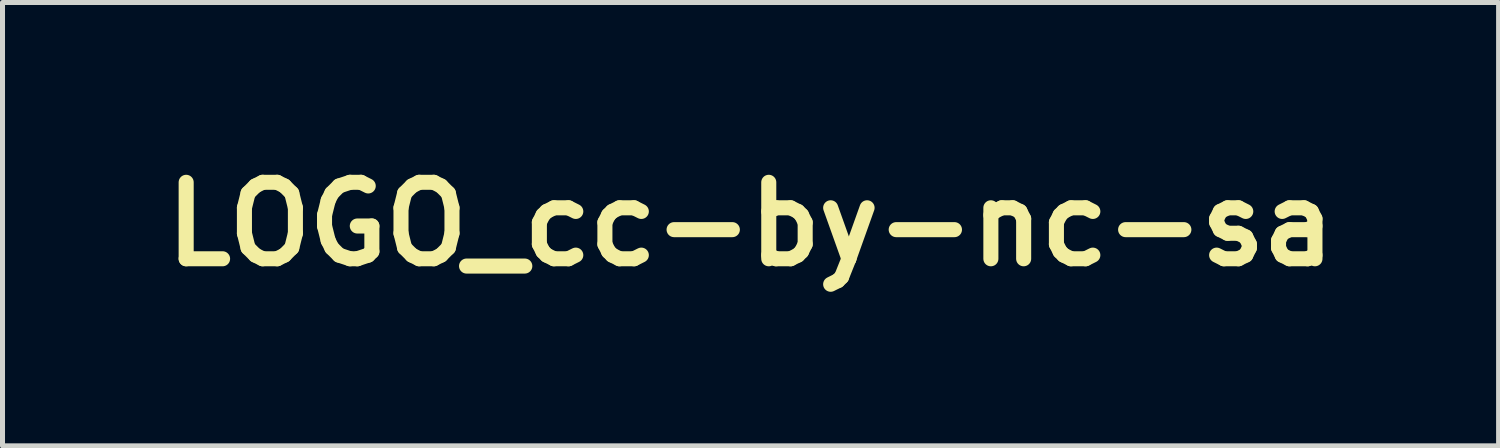
<source format=kicad_pcb>
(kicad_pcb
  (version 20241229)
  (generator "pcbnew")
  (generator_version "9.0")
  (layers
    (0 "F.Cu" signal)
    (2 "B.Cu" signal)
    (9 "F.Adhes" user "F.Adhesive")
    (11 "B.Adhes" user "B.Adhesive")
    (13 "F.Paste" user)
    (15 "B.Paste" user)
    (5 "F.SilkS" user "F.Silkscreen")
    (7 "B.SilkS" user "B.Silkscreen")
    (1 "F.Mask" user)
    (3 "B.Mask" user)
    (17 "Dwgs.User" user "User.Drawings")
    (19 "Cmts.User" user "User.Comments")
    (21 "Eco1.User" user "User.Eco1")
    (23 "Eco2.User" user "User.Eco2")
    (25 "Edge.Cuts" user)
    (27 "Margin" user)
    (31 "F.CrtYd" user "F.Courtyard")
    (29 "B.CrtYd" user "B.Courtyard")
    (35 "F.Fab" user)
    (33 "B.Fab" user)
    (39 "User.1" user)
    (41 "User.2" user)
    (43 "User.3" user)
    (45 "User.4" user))
  (footprint "LOGO_cc-by-nc-sa"
    (layer "F.Cu")
    (at 11.909 1.418)
    (property "Reference" "LOGO_cc-by-nc-sa" (at 0 0 0) (layer "F.SilkS") (effects (font (size 1.524 1.524) (thickness 0.3))))
    (attr board_only exclude_from_pos_files exclude_from_bom)
    (fp_poly (pts (xy -5.656 0.233) (xy -6.419 0.233) (xy -6.419 0.021) (xy -5.656 0.021)) (stroke (width 0) (type solid)) (fill yes) (layer "F.Mask"))
    (fp_poly (pts (xy -1.991 0.233) (xy -2.754 0.233) (xy -2.754 0.021) (xy -1.991 0.021)) (stroke (width 0) (type solid)) (fill yes) (layer "F.Mask"))
    (fp_poly (pts (xy 2.097 0.233) (xy 1.335 0.233) (xy 1.335 0.021) (xy 2.097 0.021)) (stroke (width 0) (type solid)) (fill yes) (layer "F.Mask"))
    (fp_poly (pts (xy 7.711 0.806) (xy 7.457 0.806) (xy 7.457 0.509) (xy 7.711 0.509)) (stroke (width 0) (type solid)) (fill yes) (layer "F.Mask"))
    (fp_poly (pts (xy -3.556 -0.33) (xy -3.358 -0.023) (xy -3.157 -0.33) (xy -2.955 -0.636) (xy -2.812 -0.636) (xy -2.741 -0.635) (xy -2.689 -0.631) (xy -2.669 -0.625) (xy -2.669 -0.625) (xy -2.681 -0.605) (xy -2.714 -0.556) (xy -2.764 -0.482) (xy -2.828 -0.388) (xy -2.903 -0.28) (xy -2.945 -0.221) (xy -3.22 0.171) (xy -3.22 0.806) (xy -3.495 0.806) (xy -3.495 0.175) (xy -3.78 -0.23) (xy -4.065 -0.636) (xy -3.755 -0.636)) (stroke (width 0) (type solid)) (fill yes) (layer "F.Mask"))
    (fp_poly (pts (xy 4.612 -0.635) (xy 4.689 -0.588) (xy 4.734 -0.531) (xy 4.75 -0.495) (xy 4.779 -0.425) (xy 4.818 -0.326) (xy 4.866 -0.203) (xy 4.92 -0.062) (xy 4.979 0.091) (xy 5.009 0.171) (xy 5.249 0.806) (xy 4.964 0.806) (xy 4.747 0.223) (xy 4.69 0.074) (xy 4.637 -0.063) (xy 4.589 -0.182) (xy 4.549 -0.278) (xy 4.519 -0.347) (xy 4.5 -0.382) (xy 4.498 -0.385) (xy 4.455 -0.399) (xy 4.434 -0.39) (xy 4.418 -0.366) (xy 4.389 -0.307) (xy 4.35 -0.219) (xy 4.302 -0.106) (xy 4.248 0.025) (xy 4.19 0.171) (xy 4.173 0.213) (xy 3.946 0.795) (xy 3.806 0.801) (xy 3.735 0.803) (xy 3.684 0.803) (xy 3.665 0.799) (xy 3.672 0.777) (xy 3.694 0.72) (xy 3.726 0.636) (xy 3.768 0.529) (xy 3.816 0.406) (xy 3.869 0.272) (xy 3.924 0.133) (xy 3.979 -0.006) (xy 4.032 -0.139) (xy 4.081 -0.26) (xy 4.123 -0.363) (xy 4.156 -0.443) (xy 4.177 -0.495) (xy 4.184 -0.509) (xy 4.242 -0.58) (xy 4.324 -0.629) (xy 4.419 -0.655) (xy 4.518 -0.657)) (stroke (width 0) (type solid)) (fill yes) (layer "F.Mask"))
    (fp_poly (pts (xy -7.944 -0.382) (xy -8.246 -0.382) (xy -8.41 -0.379) (xy -8.537 -0.371) (xy -8.634 -0.356) (xy -8.707 -0.33) (xy -8.761 -0.293) (xy -8.803 -0.243) (xy -8.836 -0.18) (xy -8.858 -0.105) (xy -8.872 -0.003) (xy -8.876 0.11) (xy -8.871 0.218) (xy -8.856 0.307) (xy -8.852 0.32) (xy -8.799 0.42) (xy -8.717 0.494) (xy -8.645 0.527) (xy -8.594 0.536) (xy -8.511 0.543) (xy -8.406 0.549) (xy -8.289 0.551) (xy -8.254 0.551) (xy -7.944 0.551) (xy -7.944 0.806) (xy -8.288 0.805) (xy -8.431 0.804) (xy -8.539 0.8) (xy -8.62 0.793) (xy -8.684 0.783) (xy -8.738 0.768) (xy -8.742 0.766) (xy -8.874 0.706) (xy -8.974 0.623) (xy -9.051 0.512) (xy -9.06 0.493) (xy -9.087 0.432) (xy -9.105 0.376) (xy -9.117 0.311) (xy -9.124 0.227) (xy -9.127 0.135) (xy -9.124 -0.058) (xy -9.099 -0.217) (xy -9.051 -0.347) (xy -8.978 -0.451) (xy -8.878 -0.532) (xy -8.817 -0.566) (xy -8.772 -0.587) (xy -8.731 -0.603) (xy -8.686 -0.614) (xy -8.63 -0.622) (xy -8.555 -0.626) (xy -8.453 -0.63) (xy -8.32 -0.632) (xy -7.944 -0.639)) (stroke (width 0) (type solid)) (fill yes) (layer "F.Mask"))
    (fp_poly (pts (xy -6.525 -0.382) (xy -6.827 -0.382) (xy -6.99 -0.379) (xy -7.118 -0.371) (xy -7.215 -0.356) (xy -7.288 -0.33) (xy -7.342 -0.293) (xy -7.384 -0.243) (xy -7.417 -0.18) (xy -7.439 -0.105) (xy -7.453 -0.003) (xy -7.457 0.11) (xy -7.452 0.218) (xy -7.437 0.307) (xy -7.433 0.32) (xy -7.379 0.42) (xy -7.298 0.494) (xy -7.226 0.527) (xy -7.175 0.536) (xy -7.092 0.543) (xy -6.987 0.549) (xy -6.87 0.551) (xy -6.835 0.551) (xy -6.525 0.551) (xy -6.525 0.806) (xy -6.869 0.805) (xy -7.011 0.804) (xy -7.119 0.8) (xy -7.201 0.793) (xy -7.265 0.783) (xy -7.319 0.768) (xy -7.323 0.766) (xy -7.454 0.706) (xy -7.555 0.623) (xy -7.631 0.512) (xy -7.641 0.493) (xy -7.668 0.432) (xy -7.686 0.376) (xy -7.697 0.311) (xy -7.704 0.227) (xy -7.708 0.135) (xy -7.705 -0.058) (xy -7.68 -0.217) (xy -7.631 -0.347) (xy -7.558 -0.451) (xy -7.459 -0.532) (xy -7.398 -0.566) (xy -7.352 -0.587) (xy -7.311 -0.603) (xy -7.267 -0.614) (xy -7.211 -0.622) (xy -7.136 -0.626) (xy -7.033 -0.63) (xy -6.901 -0.632) (xy -6.525 -0.639)) (stroke (width 0) (type solid)) (fill yes) (layer "F.Mask"))
    (fp_poly (pts (xy 1.229 -0.382) (xy 0.927 -0.382) (xy 0.763 -0.379) (xy 0.636 -0.371) (xy 0.539 -0.356) (xy 0.466 -0.33) (xy 0.412 -0.293) (xy 0.37 -0.243) (xy 0.336 -0.18) (xy 0.314 -0.105) (xy 0.301 -0.003) (xy 0.296 0.11) (xy 0.301 0.218) (xy 0.317 0.307) (xy 0.321 0.32) (xy 0.374 0.42) (xy 0.456 0.494) (xy 0.528 0.527) (xy 0.579 0.536) (xy 0.661 0.543) (xy 0.767 0.549) (xy 0.884 0.551) (xy 0.919 0.551) (xy 1.229 0.551) (xy 1.229 0.806) (xy 0.884 0.805) (xy 0.742 0.804) (xy 0.634 0.8) (xy 0.552 0.793) (xy 0.489 0.783) (xy 0.435 0.768) (xy 0.431 0.766) (xy 0.299 0.706) (xy 0.199 0.623) (xy 0.122 0.512) (xy 0.113 0.493) (xy 0.086 0.432) (xy 0.067 0.376) (xy 0.056 0.311) (xy 0.049 0.227) (xy 0.046 0.135) (xy 0.049 -0.058) (xy 0.074 -0.217) (xy 0.122 -0.347) (xy 0.195 -0.451) (xy 0.295 -0.532) (xy 0.356 -0.566) (xy 0.401 -0.587) (xy 0.442 -0.603) (xy 0.487 -0.614) (xy 0.543 -0.622) (xy 0.618 -0.626) (xy 0.72 -0.63) (xy 0.853 -0.632) (xy 1.229 -0.639)) (stroke (width 0) (type solid)) (fill yes) (layer "F.Mask"))
    (fp_poly (pts (xy 6.822 -0.625) (xy 6.912 -0.625) (xy 6.985 -0.621) (xy 7.044 -0.609) (xy 7.089 -0.587) (xy 7.123 -0.549) (xy 7.148 -0.491) (xy 7.164 -0.411) (xy 7.174 -0.304) (xy 7.179 -0.166) (xy 7.181 0.006) (xy 7.181 0.217) (xy 7.181 0.217) (xy 7.181 0.806) (xy 6.906 0.806) (xy 6.906 0.509) (xy 6.513 0.509) (xy 6.35 0.508) (xy 6.223 0.504) (xy 6.127 0.495) (xy 6.058 0.481) (xy 6.008 0.46) (xy 5.974 0.43) (xy 5.95 0.391) (xy 5.941 0.372) (xy 5.92 0.313) (xy 5.911 0.258) (xy 5.915 0.223) (xy 6.207 0.223) (xy 6.209 0.247) (xy 6.219 0.265) (xy 6.242 0.277) (xy 6.285 0.285) (xy 6.353 0.29) (xy 6.451 0.293) (xy 6.586 0.294) (xy 6.594 0.294) (xy 6.907 0.297) (xy 6.901 -0.037) (xy 6.895 -0.371) (xy 6.793 -0.378) (xy 6.716 -0.376) (xy 6.664 -0.361) (xy 6.657 -0.356) (xy 6.615 -0.316) (xy 6.559 -0.253) (xy 6.493 -0.175) (xy 6.423 -0.088) (xy 6.355 0.000128) (xy 6.294 0.083) (xy 6.245 0.152) (xy 6.215 0.202) (xy 6.207 0.223) (xy 5.915 0.223) (xy 5.917 0.202) (xy 5.94 0.14) (xy 5.982 0.067) (xy 6.046 -0.023) (xy 6.134 -0.134) (xy 6.233 -0.253) (xy 6.333 -0.371) (xy 6.411 -0.462) (xy 6.474 -0.528) (xy 6.527 -0.573) (xy 6.578 -0.602) (xy 6.631 -0.617) (xy 6.693 -0.624) (xy 6.77 -0.625)) (stroke (width 0) (type solid)) (fill yes) (layer "F.Mask"))
    (fp_poly (pts (xy 8.742 -0.627) (xy 8.878 -0.57) (xy 8.989 -0.48) (xy 9.076 -0.354) (xy 9.116 -0.268) (xy 9.137 -0.203) (xy 9.151 -0.13) (xy 9.158 -0.038) (xy 9.161 0.074) (xy 9.152 0.265) (xy 9.121 0.423) (xy 9.066 0.552) (xy 8.986 0.655) (xy 8.879 0.737) (xy 8.853 0.752) (xy 8.731 0.799) (xy 8.588 0.823) (xy 8.439 0.823) (xy 8.299 0.798) (xy 8.266 0.788) (xy 8.138 0.721) (xy 8.029 0.62) (xy 7.947 0.493) (xy 7.94 0.479) (xy 7.92 0.43) (xy 7.906 0.381) (xy 7.897 0.324) (xy 7.893 0.247) (xy 7.891 0.142) (xy 7.891 0.137) (xy 8.128 0.137) (xy 8.144 0.259) (xy 8.174 0.368) (xy 8.217 0.452) (xy 8.248 0.485) (xy 8.327 0.529) (xy 8.429 0.557) (xy 8.539 0.566) (xy 8.643 0.556) (xy 8.728 0.526) (xy 8.746 0.515) (xy 8.817 0.448) (xy 8.865 0.367) (xy 8.897 0.261) (xy 8.903 0.227) (xy 8.914 0.109) (xy 8.909 -0.013) (xy 8.89 -0.125) (xy 8.86 -0.216) (xy 8.839 -0.252) (xy 8.776 -0.323) (xy 8.708 -0.367) (xy 8.624 -0.388) (xy 8.53 -0.392) (xy 8.406 -0.383) (xy 8.312 -0.353) (xy 8.241 -0.298) (xy 8.184 -0.214) (xy 8.18 -0.206) (xy 8.145 -0.106) (xy 8.129 0.012) (xy 8.128 0.137) (xy 7.891 0.137) (xy 7.891 0.085) (xy 7.892 -0.035) (xy 7.895 -0.122) (xy 7.901 -0.187) (xy 7.913 -0.238) (xy 7.93 -0.287) (xy 7.942 -0.314) (xy 8.023 -0.445) (xy 8.132 -0.546) (xy 8.267 -0.614) (xy 8.426 -0.65) (xy 8.579 -0.653)) (stroke (width 0) (type solid)) (fill yes) (layer "F.Mask"))
    (fp_poly (pts (xy 3.411 -0.384) (xy 2.996 -0.378) (xy 2.853 -0.375) (xy 2.747 -0.373) (xy 2.671 -0.369) (xy 2.619 -0.364) (xy 2.586 -0.356) (xy 2.564 -0.345) (xy 2.548 -0.33) (xy 2.54 -0.321) (xy 2.505 -0.247) (xy 2.508 -0.167) (xy 2.54 -0.103) (xy 2.558 -0.084) (xy 2.579 -0.07) (xy 2.611 -0.061) (xy 2.661 -0.054) (xy 2.735 -0.049) (xy 2.841 -0.044) (xy 2.916 -0.041) (xy 3.061 -0.035) (xy 3.171 -0.027) (xy 3.253 -0.014) (xy 3.314 0.005) (xy 3.362 0.031) (xy 3.404 0.067) (xy 3.424 0.088) (xy 3.476 0.156) (xy 3.506 0.228) (xy 3.52 0.318) (xy 3.522 0.379) (xy 3.513 0.501) (xy 3.483 0.596) (xy 3.427 0.674) (xy 3.407 0.693) (xy 3.367 0.728) (xy 3.324 0.755) (xy 3.274 0.775) (xy 3.21 0.789) (xy 3.126 0.798) (xy 3.017 0.803) (xy 2.876 0.805) (xy 2.733 0.806) (xy 2.267 0.806) (xy 2.267 0.554) (xy 2.72 0.547) (xy 2.871 0.545) (xy 2.986 0.542) (xy 3.07 0.538) (xy 3.129 0.533) (xy 3.169 0.526) (xy 3.196 0.516) (xy 3.215 0.503) (xy 3.218 0.5) (xy 3.253 0.443) (xy 3.264 0.369) (xy 3.251 0.295) (xy 3.218 0.242) (xy 3.195 0.226) (xy 3.164 0.214) (xy 3.116 0.206) (xy 3.045 0.199) (xy 2.944 0.194) (xy 2.842 0.19) (xy 2.696 0.183) (xy 2.586 0.175) (xy 2.504 0.162) (xy 2.443 0.143) (xy 2.396 0.116) (xy 2.356 0.08) (xy 2.347 0.07) (xy 2.286 -0.026) (xy 2.254 -0.142) (xy 2.25 -0.267) (xy 2.274 -0.387) (xy 2.327 -0.491) (xy 2.347 -0.516) (xy 2.389 -0.551) (xy 2.45 -0.587) (xy 2.468 -0.596) (xy 2.502 -0.61) (xy 2.543 -0.62) (xy 2.596 -0.627) (xy 2.669 -0.632) (xy 2.767 -0.634) (xy 2.897 -0.635) (xy 2.982 -0.636) (xy 3.411 -0.636)) (stroke (width 0) (type solid)) (fill yes) (layer "F.Mask"))
    (fp_poly (pts (xy -1.374 -0.653) (xy -1.278 -0.622) (xy -1.251 -0.608) (xy -1.226 -0.59) (xy -1.202 -0.563) (xy -1.174 -0.525) (xy -1.142 -0.47) (xy -1.103 -0.394) (xy -1.054 -0.294) (xy -0.993 -0.166) (xy -0.917 -0.004) (xy -0.882 0.072) (xy -0.821 0.203) (xy -0.763 0.322) (xy -0.712 0.422) (xy -0.67 0.499) (xy -0.641 0.547) (xy -0.63 0.56) (xy -0.584 0.571) (xy -0.556 0.559) (xy -0.545 0.549) (xy -0.536 0.531) (xy -0.53 0.5) (xy -0.524 0.452) (xy -0.521 0.381) (xy -0.518 0.283) (xy -0.516 0.154) (xy -0.514 -0.013) (xy -0.513 -0.05) (xy -0.508 -0.636) (xy -0.254 -0.636) (xy -0.254 -0.02) (xy -0.254 0.159) (xy -0.255 0.301) (xy -0.257 0.411) (xy -0.26 0.495) (xy -0.264 0.556) (xy -0.27 0.601) (xy -0.278 0.635) (xy -0.289 0.662) (xy -0.296 0.676) (xy -0.35 0.75) (xy -0.41 0.792) (xy -0.499 0.818) (xy -0.602 0.825) (xy -0.7 0.813) (xy -0.752 0.794) (xy -0.804 0.763) (xy -0.842 0.735) (xy -0.842 0.735) (xy -0.857 0.709) (xy -0.888 0.651) (xy -0.93 0.563) (xy -0.983 0.453) (xy -1.043 0.324) (xy -1.108 0.183) (xy -1.118 0.16) (xy -1.184 0.017) (xy -1.246 -0.113) (xy -1.301 -0.226) (xy -1.348 -0.317) (xy -1.382 -0.38) (xy -1.403 -0.41) (xy -1.404 -0.412) (xy -1.45 -0.423) (xy -1.478 -0.411) (xy -1.489 -0.401) (xy -1.497 -0.383) (xy -1.504 -0.352) (xy -1.509 -0.304) (xy -1.513 -0.234) (xy -1.516 -0.137) (xy -1.518 -0.009) (xy -1.52 0.156) (xy -1.52 0.209) (xy -1.526 0.806) (xy -1.779 0.806) (xy -1.779 0.185) (xy -1.779 0.004) (xy -1.778 -0.139) (xy -1.777 -0.25) (xy -1.774 -0.334) (xy -1.77 -0.396) (xy -1.764 -0.441) (xy -1.755 -0.474) (xy -1.745 -0.499) (xy -1.741 -0.508) (xy -1.679 -0.582) (xy -1.59 -0.632) (xy -1.485 -0.657)) (stroke (width 0) (type solid)) (fill yes) (layer "F.Mask"))
    (fp_poly (pts (xy -4.848 -0.638) (xy -4.726 -0.634) (xy -4.617 -0.627) (xy -4.529 -0.617) (xy -4.47 -0.604) (xy -4.468 -0.604) (xy -4.354 -0.546) (xy -4.275 -0.464) (xy -4.229 -0.357) (xy -4.216 -0.233) (xy -4.231 -0.112) (xy -4.278 -0.017) (xy -4.337 0.042) (xy -4.395 0.088) (xy -4.337 0.131) (xy -4.262 0.211) (xy -4.218 0.315) (xy -4.208 0.436) (xy -4.218 0.512) (xy -4.26 0.611) (xy -4.333 0.697) (xy -4.428 0.761) (xy -4.484 0.783) (xy -4.531 0.79) (xy -4.612 0.796) (xy -4.718 0.801) (xy -4.842 0.804) (xy -4.972 0.806) (xy -5.117 0.805) (xy -5.225 0.803) (xy -5.303 0.8) (xy -5.355 0.794) (xy -5.389 0.786) (xy -5.408 0.775) (xy -5.411 0.772) (xy -5.421 0.758) (xy -5.428 0.734) (xy -5.434 0.695) (xy -5.438 0.637) (xy -5.441 0.555) (xy -5.441 0.554) (xy -5.19 0.554) (xy -4.87 0.547) (xy -4.747 0.545) (xy -4.66 0.541) (xy -4.6 0.536) (xy -4.561 0.528) (xy -4.536 0.516) (xy -4.518 0.5) (xy -4.51 0.491) (xy -4.478 0.423) (xy -4.471 0.346) (xy -4.489 0.276) (xy -4.514 0.242) (xy -4.537 0.226) (xy -4.568 0.214) (xy -4.615 0.206) (xy -4.685 0.201) (xy -4.785 0.197) (xy -4.875 0.195) (xy -5.19 0.188) (xy -5.19 0.554) (xy -5.441 0.554) (xy -5.443 0.446) (xy -5.444 0.303) (xy -5.444 0.124) (xy -5.444 0.085) (xy -5.444 -0.102) (xy -5.443 -0.251) (xy -5.442 -0.367) (xy -5.441 -0.382) (xy -5.19 -0.382) (xy -5.19 -0.021) (xy -4.931 -0.021) (xy -4.822 -0.023) (xy -4.721 -0.028) (xy -4.639 -0.035) (xy -4.592 -0.043) (xy -4.518 -0.079) (xy -4.479 -0.137) (xy -4.47 -0.201) (xy -4.477 -0.263) (xy -4.5 -0.309) (xy -4.544 -0.342) (xy -4.615 -0.364) (xy -4.716 -0.376) (xy -4.853 -0.381) (xy -4.918 -0.382) (xy -5.19 -0.382) (xy -5.441 -0.382) (xy -5.439 -0.454) (xy -5.435 -0.516) (xy -5.429 -0.558) (xy -5.422 -0.585) (xy -5.413 -0.601) (xy -5.411 -0.603) (xy -5.377 -0.616) (xy -5.308 -0.626) (xy -5.213 -0.633) (xy -5.1 -0.638) (xy -4.975 -0.639)) (stroke (width 0) (type solid)) (fill yes) (layer "F.Mask")))
  (gr_rect
    (start -3 -3)
    (end 26.818 5.836)
    (stroke (width 0.1) (type default))
    (fill no)
    (layer "Edge.Cuts")))
</source>
